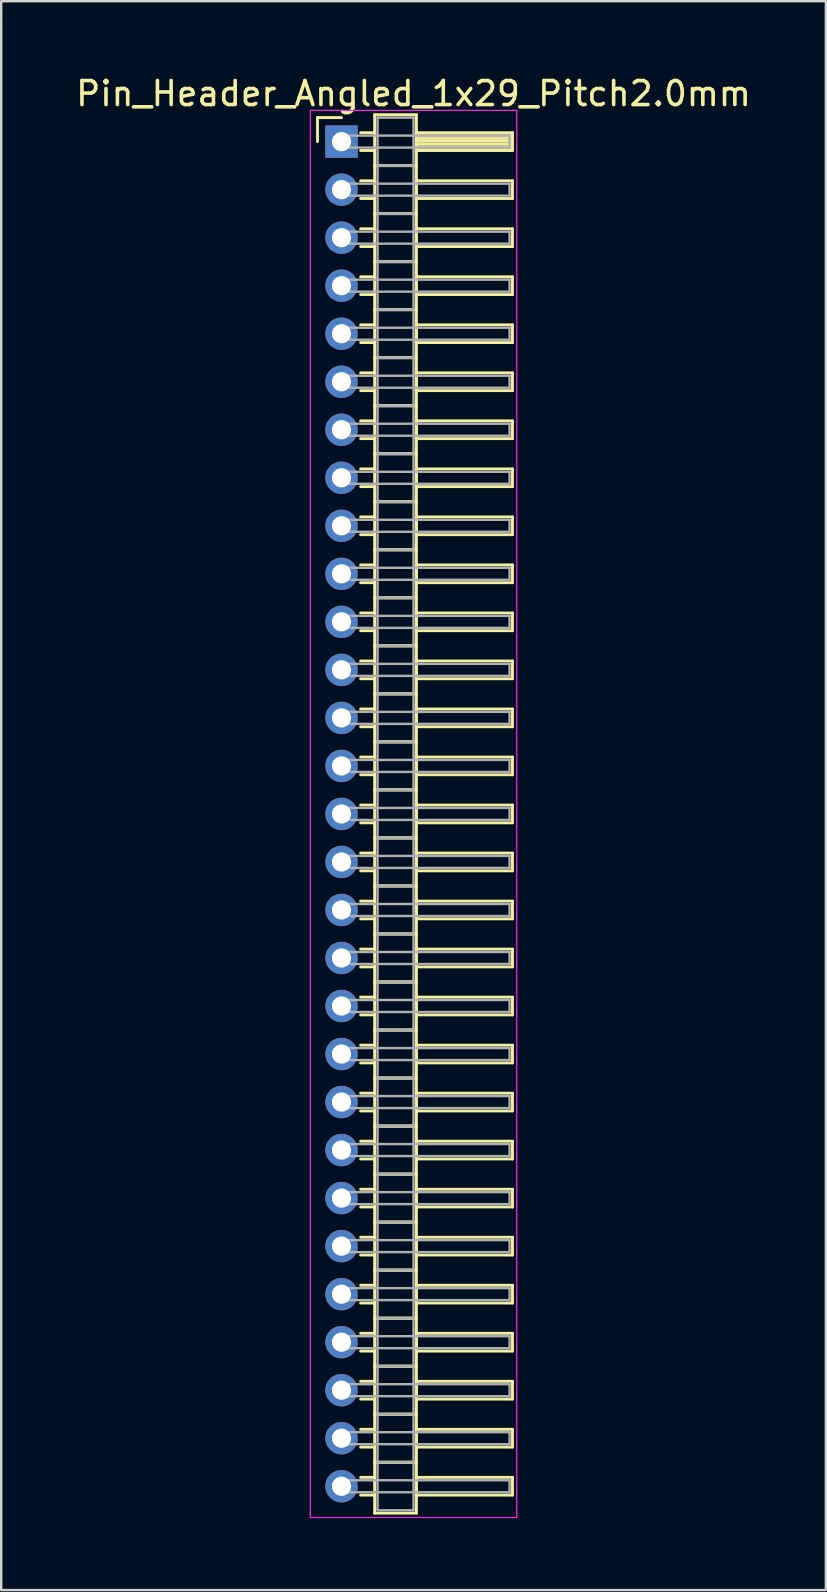
<source format=kicad_pcb>
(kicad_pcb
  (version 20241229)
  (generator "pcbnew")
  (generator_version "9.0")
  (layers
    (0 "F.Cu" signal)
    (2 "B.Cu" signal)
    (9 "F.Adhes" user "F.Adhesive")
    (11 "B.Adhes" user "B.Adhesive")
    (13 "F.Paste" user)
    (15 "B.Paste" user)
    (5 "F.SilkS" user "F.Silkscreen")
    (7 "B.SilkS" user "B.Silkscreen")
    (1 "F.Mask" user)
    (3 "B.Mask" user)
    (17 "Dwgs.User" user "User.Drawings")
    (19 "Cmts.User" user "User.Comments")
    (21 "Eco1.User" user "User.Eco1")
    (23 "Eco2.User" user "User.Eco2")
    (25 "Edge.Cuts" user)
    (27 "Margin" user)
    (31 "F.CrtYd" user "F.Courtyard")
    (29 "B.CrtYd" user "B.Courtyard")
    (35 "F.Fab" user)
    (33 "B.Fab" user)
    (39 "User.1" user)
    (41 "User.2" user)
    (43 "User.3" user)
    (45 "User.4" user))
  (footprint "Pin_Header_Angled_1x29_Pitch2.0mm"
    (layer "F.Cu")
    (at 11.173 2.848)
    (property "Reference" "Pin_Header_Angled_1x29_Pitch2.0mm" (at 3 -2 0) (layer "F.SilkS") (effects (font (size 1 1) (thickness 0.15))))
    (attr through_hole)
    (fp_line (start -1 -1) (end 0 -1) (stroke (width 0.12) (type solid)) (layer "F.SilkS"))
    (fp_line (start -1 0) (end -1 -1) (stroke (width 0.12) (type solid)) (layer "F.SilkS"))
    (fp_line (start 0.795 -0.37) (end 1.38 -0.37) (stroke (width 0.12) (type solid)) (layer "F.SilkS"))
    (fp_line (start 0.795 0.37) (end 1.38 0.37) (stroke (width 0.12) (type solid)) (layer "F.SilkS"))
    (fp_line (start 0.795 1.63) (end 1.38 1.63) (stroke (width 0.12) (type solid)) (layer "F.SilkS"))
    (fp_line (start 0.795 2.37) (end 1.38 2.37) (stroke (width 0.12) (type solid)) (layer "F.SilkS"))
    (fp_line (start 0.795 3.63) (end 1.38 3.63) (stroke (width 0.12) (type solid)) (layer "F.SilkS"))
    (fp_line (start 0.795 4.37) (end 1.38 4.37) (stroke (width 0.12) (type solid)) (layer "F.SilkS"))
    (fp_line (start 0.795 5.63) (end 1.38 5.63) (stroke (width 0.12) (type solid)) (layer "F.SilkS"))
    (fp_line (start 0.795 6.37) (end 1.38 6.37) (stroke (width 0.12) (type solid)) (layer "F.SilkS"))
    (fp_line (start 0.795 7.63) (end 1.38 7.63) (stroke (width 0.12) (type solid)) (layer "F.SilkS"))
    (fp_line (start 0.795 8.37) (end 1.38 8.37) (stroke (width 0.12) (type solid)) (layer "F.SilkS"))
    (fp_line (start 0.795 9.63) (end 1.38 9.63) (stroke (width 0.12) (type solid)) (layer "F.SilkS"))
    (fp_line (start 0.795 10.37) (end 1.38 10.37) (stroke (width 0.12) (type solid)) (layer "F.SilkS"))
    (fp_line (start 0.795 11.63) (end 1.38 11.63) (stroke (width 0.12) (type solid)) (layer "F.SilkS"))
    (fp_line (start 0.795 12.37) (end 1.38 12.37) (stroke (width 0.12) (type solid)) (layer "F.SilkS"))
    (fp_line (start 0.795 13.63) (end 1.38 13.63) (stroke (width 0.12) (type solid)) (layer "F.SilkS"))
    (fp_line (start 0.795 14.37) (end 1.38 14.37) (stroke (width 0.12) (type solid)) (layer "F.SilkS"))
    (fp_line (start 0.795 15.63) (end 1.38 15.63) (stroke (width 0.12) (type solid)) (layer "F.SilkS"))
    (fp_line (start 0.795 16.37) (end 1.38 16.37) (stroke (width 0.12) (type solid)) (layer "F.SilkS"))
    (fp_line (start 0.795 17.63) (end 1.38 17.63) (stroke (width 0.12) (type solid)) (layer "F.SilkS"))
    (fp_line (start 0.795 18.37) (end 1.38 18.37) (stroke (width 0.12) (type solid)) (layer "F.SilkS"))
    (fp_line (start 0.795 19.63) (end 1.38 19.63) (stroke (width 0.12) (type solid)) (layer "F.SilkS"))
    (fp_line (start 0.795 20.37) (end 1.38 20.37) (stroke (width 0.12) (type solid)) (layer "F.SilkS"))
    (fp_line (start 0.795 21.63) (end 1.38 21.63) (stroke (width 0.12) (type solid)) (layer "F.SilkS"))
    (fp_line (start 0.795 22.37) (end 1.38 22.37) (stroke (width 0.12) (type solid)) (layer "F.SilkS"))
    (fp_line (start 0.795 23.63) (end 1.38 23.63) (stroke (width 0.12) (type solid)) (layer "F.SilkS"))
    (fp_line (start 0.795 24.37) (end 1.38 24.37) (stroke (width 0.12) (type solid)) (layer "F.SilkS"))
    (fp_line (start 0.795 25.63) (end 1.38 25.63) (stroke (width 0.12) (type solid)) (layer "F.SilkS"))
    (fp_line (start 0.795 26.37) (end 1.38 26.37) (stroke (width 0.12) (type solid)) (layer "F.SilkS"))
    (fp_line (start 0.795 27.63) (end 1.38 27.63) (stroke (width 0.12) (type solid)) (layer "F.SilkS"))
    (fp_line (start 0.795 28.37) (end 1.38 28.37) (stroke (width 0.12) (type solid)) (layer "F.SilkS"))
    (fp_line (start 0.795 29.63) (end 1.38 29.63) (stroke (width 0.12) (type solid)) (layer "F.SilkS"))
    (fp_line (start 0.795 30.37) (end 1.38 30.37) (stroke (width 0.12) (type solid)) (layer "F.SilkS"))
    (fp_line (start 0.795 31.63) (end 1.38 31.63) (stroke (width 0.12) (type solid)) (layer "F.SilkS"))
    (fp_line (start 0.795 32.37) (end 1.38 32.37) (stroke (width 0.12) (type solid)) (layer "F.SilkS"))
    (fp_line (start 0.795 33.63) (end 1.38 33.63) (stroke (width 0.12) (type solid)) (layer "F.SilkS"))
    (fp_line (start 0.795 34.37) (end 1.38 34.37) (stroke (width 0.12) (type solid)) (layer "F.SilkS"))
    (fp_line (start 0.795 35.63) (end 1.38 35.63) (stroke (width 0.12) (type solid)) (layer "F.SilkS"))
    (fp_line (start 0.795 36.37) (end 1.38 36.37) (stroke (width 0.12) (type solid)) (layer "F.SilkS"))
    (fp_line (start 0.795 37.63) (end 1.38 37.63) (stroke (width 0.12) (type solid)) (layer "F.SilkS"))
    (fp_line (start 0.795 38.37) (end 1.38 38.37) (stroke (width 0.12) (type solid)) (layer "F.SilkS"))
    (fp_line (start 0.795 39.63) (end 1.38 39.63) (stroke (width 0.12) (type solid)) (layer "F.SilkS"))
    (fp_line (start 0.795 40.37) (end 1.38 40.37) (stroke (width 0.12) (type solid)) (layer "F.SilkS"))
    (fp_line (start 0.795 41.63) (end 1.38 41.63) (stroke (width 0.12) (type solid)) (layer "F.SilkS"))
    (fp_line (start 0.795 42.37) (end 1.38 42.37) (stroke (width 0.12) (type solid)) (layer "F.SilkS"))
    (fp_line (start 0.795 43.63) (end 1.38 43.63) (stroke (width 0.12) (type solid)) (layer "F.SilkS"))
    (fp_line (start 0.795 44.37) (end 1.38 44.37) (stroke (width 0.12) (type solid)) (layer "F.SilkS"))
    (fp_line (start 0.795 45.63) (end 1.38 45.63) (stroke (width 0.12) (type solid)) (layer "F.SilkS"))
    (fp_line (start 0.795 46.37) (end 1.38 46.37) (stroke (width 0.12) (type solid)) (layer "F.SilkS"))
    (fp_line (start 0.795 47.63) (end 1.38 47.63) (stroke (width 0.12) (type solid)) (layer "F.SilkS"))
    (fp_line (start 0.795 48.37) (end 1.38 48.37) (stroke (width 0.12) (type solid)) (layer "F.SilkS"))
    (fp_line (start 0.795 49.63) (end 1.38 49.63) (stroke (width 0.12) (type solid)) (layer "F.SilkS"))
    (fp_line (start 0.795 50.37) (end 1.38 50.37) (stroke (width 0.12) (type solid)) (layer "F.SilkS"))
    (fp_line (start 0.795 51.63) (end 1.38 51.63) (stroke (width 0.12) (type solid)) (layer "F.SilkS"))
    (fp_line (start 0.795 52.37) (end 1.38 52.37) (stroke (width 0.12) (type solid)) (layer "F.SilkS"))
    (fp_line (start 0.795 53.63) (end 1.38 53.63) (stroke (width 0.12) (type solid)) (layer "F.SilkS"))
    (fp_line (start 0.795 54.37) (end 1.38 54.37) (stroke (width 0.12) (type solid)) (layer "F.SilkS"))
    (fp_line (start 0.795 55.63) (end 1.38 55.63) (stroke (width 0.12) (type solid)) (layer "F.SilkS"))
    (fp_line (start 0.795 56.37) (end 1.38 56.37) (stroke (width 0.12) (type solid)) (layer "F.SilkS"))
    (fp_line (start 1.38 -1.12) (end 1.38 1) (stroke (width 0.12) (type solid)) (layer "F.SilkS"))
    (fp_line (start 1.38 1) (end 1.38 3) (stroke (width 0.12) (type solid)) (layer "F.SilkS"))
    (fp_line (start 1.38 1) (end 3.12 1) (stroke (width 0.12) (type solid)) (layer "F.SilkS"))
    (fp_line (start 1.38 3) (end 1.38 5) (stroke (width 0.12) (type solid)) (layer "F.SilkS"))
    (fp_line (start 1.38 3) (end 3.12 3) (stroke (width 0.12) (type solid)) (layer "F.SilkS"))
    (fp_line (start 1.38 5) (end 1.38 7) (stroke (width 0.12) (type solid)) (layer "F.SilkS"))
    (fp_line (start 1.38 5) (end 3.12 5) (stroke (width 0.12) (type solid)) (layer "F.SilkS"))
    (fp_line (start 1.38 7) (end 1.38 9) (stroke (width 0.12) (type solid)) (layer "F.SilkS"))
    (fp_line (start 1.38 7) (end 3.12 7) (stroke (width 0.12) (type solid)) (layer "F.SilkS"))
    (fp_line (start 1.38 9) (end 1.38 11) (stroke (width 0.12) (type solid)) (layer "F.SilkS"))
    (fp_line (start 1.38 9) (end 3.12 9) (stroke (width 0.12) (type solid)) (layer "F.SilkS"))
    (fp_line (start 1.38 11) (end 1.38 13) (stroke (width 0.12) (type solid)) (layer "F.SilkS"))
    (fp_line (start 1.38 11) (end 3.12 11) (stroke (width 0.12) (type solid)) (layer "F.SilkS"))
    (fp_line (start 1.38 13) (end 1.38 15) (stroke (width 0.12) (type solid)) (layer "F.SilkS"))
    (fp_line (start 1.38 13) (end 3.12 13) (stroke (width 0.12) (type solid)) (layer "F.SilkS"))
    (fp_line (start 1.38 15) (end 1.38 17) (stroke (width 0.12) (type solid)) (layer "F.SilkS"))
    (fp_line (start 1.38 15) (end 3.12 15) (stroke (width 0.12) (type solid)) (layer "F.SilkS"))
    (fp_line (start 1.38 17) (end 1.38 19) (stroke (width 0.12) (type solid)) (layer "F.SilkS"))
    (fp_line (start 1.38 17) (end 3.12 17) (stroke (width 0.12) (type solid)) (layer "F.SilkS"))
    (fp_line (start 1.38 19) (end 1.38 21) (stroke (width 0.12) (type solid)) (layer "F.SilkS"))
    (fp_line (start 1.38 19) (end 3.12 19) (stroke (width 0.12) (type solid)) (layer "F.SilkS"))
    (fp_line (start 1.38 21) (end 1.38 23) (stroke (width 0.12) (type solid)) (layer "F.SilkS"))
    (fp_line (start 1.38 21) (end 3.12 21) (stroke (width 0.12) (type solid)) (layer "F.SilkS"))
    (fp_line (start 1.38 23) (end 1.38 25) (stroke (width 0.12) (type solid)) (layer "F.SilkS"))
    (fp_line (start 1.38 23) (end 3.12 23) (stroke (width 0.12) (type solid)) (layer "F.SilkS"))
    (fp_line (start 1.38 25) (end 1.38 27) (stroke (width 0.12) (type solid)) (layer "F.SilkS"))
    (fp_line (start 1.38 25) (end 3.12 25) (stroke (width 0.12) (type solid)) (layer "F.SilkS"))
    (fp_line (start 1.38 27) (end 1.38 29) (stroke (width 0.12) (type solid)) (layer "F.SilkS"))
    (fp_line (start 1.38 27) (end 3.12 27) (stroke (width 0.12) (type solid)) (layer "F.SilkS"))
    (fp_line (start 1.38 29) (end 1.38 31) (stroke (width 0.12) (type solid)) (layer "F.SilkS"))
    (fp_line (start 1.38 29) (end 3.12 29) (stroke (width 0.12) (type solid)) (layer "F.SilkS"))
    (fp_line (start 1.38 31) (end 1.38 33) (stroke (width 0.12) (type solid)) (layer "F.SilkS"))
    (fp_line (start 1.38 31) (end 3.12 31) (stroke (width 0.12) (type solid)) (layer "F.SilkS"))
    (fp_line (start 1.38 33) (end 1.38 35) (stroke (width 0.12) (type solid)) (layer "F.SilkS"))
    (fp_line (start 1.38 33) (end 3.12 33) (stroke (width 0.12) (type solid)) (layer "F.SilkS"))
    (fp_line (start 1.38 35) (end 1.38 37) (stroke (width 0.12) (type solid)) (layer "F.SilkS"))
    (fp_line (start 1.38 35) (end 3.12 35) (stroke (width 0.12) (type solid)) (layer "F.SilkS"))
    (fp_line (start 1.38 37) (end 1.38 39) (stroke (width 0.12) (type solid)) (layer "F.SilkS"))
    (fp_line (start 1.38 37) (end 3.12 37) (stroke (width 0.12) (type solid)) (layer "F.SilkS"))
    (fp_line (start 1.38 39) (end 1.38 41) (stroke (width 0.12) (type solid)) (layer "F.SilkS"))
    (fp_line (start 1.38 39) (end 3.12 39) (stroke (width 0.12) (type solid)) (layer "F.SilkS"))
    (fp_line (start 1.38 41) (end 1.38 43) (stroke (width 0.12) (type solid)) (layer "F.SilkS"))
    (fp_line (start 1.38 41) (end 3.12 41) (stroke (width 0.12) (type solid)) (layer "F.SilkS"))
    (fp_line (start 1.38 43) (end 1.38 45) (stroke (width 0.12) (type solid)) (layer "F.SilkS"))
    (fp_line (start 1.38 43) (end 3.12 43) (stroke (width 0.12) (type solid)) (layer "F.SilkS"))
    (fp_line (start 1.38 45) (end 1.38 47) (stroke (width 0.12) (type solid)) (layer "F.SilkS"))
    (fp_line (start 1.38 45) (end 3.12 45) (stroke (width 0.12) (type solid)) (layer "F.SilkS"))
    (fp_line (start 1.38 47) (end 1.38 49) (stroke (width 0.12) (type solid)) (layer "F.SilkS"))
    (fp_line (start 1.38 47) (end 3.12 47) (stroke (width 0.12) (type solid)) (layer "F.SilkS"))
    (fp_line (start 1.38 49) (end 1.38 51) (stroke (width 0.12) (type solid)) (layer "F.SilkS"))
    (fp_line (start 1.38 49) (end 3.12 49) (stroke (width 0.12) (type solid)) (layer "F.SilkS"))
    (fp_line (start 1.38 51) (end 1.38 53) (stroke (width 0.12) (type solid)) (layer "F.SilkS"))
    (fp_line (start 1.38 51) (end 3.12 51) (stroke (width 0.12) (type solid)) (layer "F.SilkS"))
    (fp_line (start 1.38 53) (end 1.38 55) (stroke (width 0.12) (type solid)) (layer "F.SilkS"))
    (fp_line (start 1.38 53) (end 3.12 53) (stroke (width 0.12) (type solid)) (layer "F.SilkS"))
    (fp_line (start 1.38 55) (end 1.38 57.12) (stroke (width 0.12) (type solid)) (layer "F.SilkS"))
    (fp_line (start 1.38 55) (end 3.12 55) (stroke (width 0.12) (type solid)) (layer "F.SilkS"))
    (fp_line (start 1.38 57.12) (end 3.12 57.12) (stroke (width 0.12) (type solid)) (layer "F.SilkS"))
    (fp_line (start 3.12 -1.12) (end 1.38 -1.12) (stroke (width 0.12) (type solid)) (layer "F.SilkS"))
    (fp_line (start 3.12 -0.37) (end 3.12 0.37) (stroke (width 0.12) (type solid)) (layer "F.SilkS"))
    (fp_line (start 3.12 -0.25) (end 7.12 -0.25) (stroke (width 0.12) (type solid)) (layer "F.SilkS"))
    (fp_line (start 3.12 -0.13) (end 7.12 -0.13) (stroke (width 0.12) (type solid)) (layer "F.SilkS"))
    (fp_line (start 3.12 -0.01) (end 7.12 -0.01) (stroke (width 0.12) (type solid)) (layer "F.SilkS"))
    (fp_line (start 3.12 0.11) (end 7.12 0.11) (stroke (width 0.12) (type solid)) (layer "F.SilkS"))
    (fp_line (start 3.12 0.23) (end 7.12 0.23) (stroke (width 0.12) (type solid)) (layer "F.SilkS"))
    (fp_line (start 3.12 0.35) (end 7.12 0.35) (stroke (width 0.12) (type solid)) (layer "F.SilkS"))
    (fp_line (start 3.12 0.37) (end 7.12 0.37) (stroke (width 0.12) (type solid)) (layer "F.SilkS"))
    (fp_line (start 3.12 1) (end 1.38 1) (stroke (width 0.12) (type solid)) (layer "F.SilkS"))
    (fp_line (start 3.12 1) (end 3.12 -1.12) (stroke (width 0.12) (type solid)) (layer "F.SilkS"))
    (fp_line (start 3.12 1.63) (end 3.12 2.37) (stroke (width 0.12) (type solid)) (layer "F.SilkS"))
    (fp_line (start 3.12 2.37) (end 7.12 2.37) (stroke (width 0.12) (type solid)) (layer "F.SilkS"))
    (fp_line (start 3.12 3) (end 1.38 3) (stroke (width 0.12) (type solid)) (layer "F.SilkS"))
    (fp_line (start 3.12 3) (end 3.12 1) (stroke (width 0.12) (type solid)) (layer "F.SilkS"))
    (fp_line (start 3.12 3.63) (end 3.12 4.37) (stroke (width 0.12) (type solid)) (layer "F.SilkS"))
    (fp_line (start 3.12 4.37) (end 7.12 4.37) (stroke (width 0.12) (type solid)) (layer "F.SilkS"))
    (fp_line (start 3.12 5) (end 1.38 5) (stroke (width 0.12) (type solid)) (layer "F.SilkS"))
    (fp_line (start 3.12 5) (end 3.12 3) (stroke (width 0.12) (type solid)) (layer "F.SilkS"))
    (fp_line (start 3.12 5.63) (end 3.12 6.37) (stroke (width 0.12) (type solid)) (layer "F.SilkS"))
    (fp_line (start 3.12 6.37) (end 7.12 6.37) (stroke (width 0.12) (type solid)) (layer "F.SilkS"))
    (fp_line (start 3.12 7) (end 1.38 7) (stroke (width 0.12) (type solid)) (layer "F.SilkS"))
    (fp_line (start 3.12 7) (end 3.12 5) (stroke (width 0.12) (type solid)) (layer "F.SilkS"))
    (fp_line (start 3.12 7.63) (end 3.12 8.37) (stroke (width 0.12) (type solid)) (layer "F.SilkS"))
    (fp_line (start 3.12 8.37) (end 7.12 8.37) (stroke (width 0.12) (type solid)) (layer "F.SilkS"))
    (fp_line (start 3.12 9) (end 1.38 9) (stroke (width 0.12) (type solid)) (layer "F.SilkS"))
    (fp_line (start 3.12 9) (end 3.12 7) (stroke (width 0.12) (type solid)) (layer "F.SilkS"))
    (fp_line (start 3.12 9.63) (end 3.12 10.37) (stroke (width 0.12) (type solid)) (layer "F.SilkS"))
    (fp_line (start 3.12 10.37) (end 7.12 10.37) (stroke (width 0.12) (type solid)) (layer "F.SilkS"))
    (fp_line (start 3.12 11) (end 1.38 11) (stroke (width 0.12) (type solid)) (layer "F.SilkS"))
    (fp_line (start 3.12 11) (end 3.12 9) (stroke (width 0.12) (type solid)) (layer "F.SilkS"))
    (fp_line (start 3.12 11.63) (end 3.12 12.37) (stroke (width 0.12) (type solid)) (layer "F.SilkS"))
    (fp_line (start 3.12 12.37) (end 7.12 12.37) (stroke (width 0.12) (type solid)) (layer "F.SilkS"))
    (fp_line (start 3.12 13) (end 1.38 13) (stroke (width 0.12) (type solid)) (layer "F.SilkS"))
    (fp_line (start 3.12 13) (end 3.12 11) (stroke (width 0.12) (type solid)) (layer "F.SilkS"))
    (fp_line (start 3.12 13.63) (end 3.12 14.37) (stroke (width 0.12) (type solid)) (layer "F.SilkS"))
    (fp_line (start 3.12 14.37) (end 7.12 14.37) (stroke (width 0.12) (type solid)) (layer "F.SilkS"))
    (fp_line (start 3.12 15) (end 1.38 15) (stroke (width 0.12) (type solid)) (layer "F.SilkS"))
    (fp_line (start 3.12 15) (end 3.12 13) (stroke (width 0.12) (type solid)) (layer "F.SilkS"))
    (fp_line (start 3.12 15.63) (end 3.12 16.37) (stroke (width 0.12) (type solid)) (layer "F.SilkS"))
    (fp_line (start 3.12 16.37) (end 7.12 16.37) (stroke (width 0.12) (type solid)) (layer "F.SilkS"))
    (fp_line (start 3.12 17) (end 1.38 17) (stroke (width 0.12) (type solid)) (layer "F.SilkS"))
    (fp_line (start 3.12 17) (end 3.12 15) (stroke (width 0.12) (type solid)) (layer "F.SilkS"))
    (fp_line (start 3.12 17.63) (end 3.12 18.37) (stroke (width 0.12) (type solid)) (layer "F.SilkS"))
    (fp_line (start 3.12 18.37) (end 7.12 18.37) (stroke (width 0.12) (type solid)) (layer "F.SilkS"))
    (fp_line (start 3.12 19) (end 1.38 19) (stroke (width 0.12) (type solid)) (layer "F.SilkS"))
    (fp_line (start 3.12 19) (end 3.12 17) (stroke (width 0.12) (type solid)) (layer "F.SilkS"))
    (fp_line (start 3.12 19.63) (end 3.12 20.37) (stroke (width 0.12) (type solid)) (layer "F.SilkS"))
    (fp_line (start 3.12 20.37) (end 7.12 20.37) (stroke (width 0.12) (type solid)) (layer "F.SilkS"))
    (fp_line (start 3.12 21) (end 1.38 21) (stroke (width 0.12) (type solid)) (layer "F.SilkS"))
    (fp_line (start 3.12 21) (end 3.12 19) (stroke (width 0.12) (type solid)) (layer "F.SilkS"))
    (fp_line (start 3.12 21.63) (end 3.12 22.37) (stroke (width 0.12) (type solid)) (layer "F.SilkS"))
    (fp_line (start 3.12 22.37) (end 7.12 22.37) (stroke (width 0.12) (type solid)) (layer "F.SilkS"))
    (fp_line (start 3.12 23) (end 1.38 23) (stroke (width 0.12) (type solid)) (layer "F.SilkS"))
    (fp_line (start 3.12 23) (end 3.12 21) (stroke (width 0.12) (type solid)) (layer "F.SilkS"))
    (fp_line (start 3.12 23.63) (end 3.12 24.37) (stroke (width 0.12) (type solid)) (layer "F.SilkS"))
    (fp_line (start 3.12 24.37) (end 7.12 24.37) (stroke (width 0.12) (type solid)) (layer "F.SilkS"))
    (fp_line (start 3.12 25) (end 1.38 25) (stroke (width 0.12) (type solid)) (layer "F.SilkS"))
    (fp_line (start 3.12 25) (end 3.12 23) (stroke (width 0.12) (type solid)) (layer "F.SilkS"))
    (fp_line (start 3.12 25.63) (end 3.12 26.37) (stroke (width 0.12) (type solid)) (layer "F.SilkS"))
    (fp_line (start 3.12 26.37) (end 7.12 26.37) (stroke (width 0.12) (type solid)) (layer "F.SilkS"))
    (fp_line (start 3.12 27) (end 1.38 27) (stroke (width 0.12) (type solid)) (layer "F.SilkS"))
    (fp_line (start 3.12 27) (end 3.12 25) (stroke (width 0.12) (type solid)) (layer "F.SilkS"))
    (fp_line (start 3.12 27.63) (end 3.12 28.37) (stroke (width 0.12) (type solid)) (layer "F.SilkS"))
    (fp_line (start 3.12 28.37) (end 7.12 28.37) (stroke (width 0.12) (type solid)) (layer "F.SilkS"))
    (fp_line (start 3.12 29) (end 1.38 29) (stroke (width 0.12) (type solid)) (layer "F.SilkS"))
    (fp_line (start 3.12 29) (end 3.12 27) (stroke (width 0.12) (type solid)) (layer "F.SilkS"))
    (fp_line (start 3.12 29.63) (end 3.12 30.37) (stroke (width 0.12) (type solid)) (layer "F.SilkS"))
    (fp_line (start 3.12 30.37) (end 7.12 30.37) (stroke (width 0.12) (type solid)) (layer "F.SilkS"))
    (fp_line (start 3.12 31) (end 1.38 31) (stroke (width 0.12) (type solid)) (layer "F.SilkS"))
    (fp_line (start 3.12 31) (end 3.12 29) (stroke (width 0.12) (type solid)) (layer "F.SilkS"))
    (fp_line (start 3.12 31.63) (end 3.12 32.37) (stroke (width 0.12) (type solid)) (layer "F.SilkS"))
    (fp_line (start 3.12 32.37) (end 7.12 32.37) (stroke (width 0.12) (type solid)) (layer "F.SilkS"))
    (fp_line (start 3.12 33) (end 1.38 33) (stroke (width 0.12) (type solid)) (layer "F.SilkS"))
    (fp_line (start 3.12 33) (end 3.12 31) (stroke (width 0.12) (type solid)) (layer "F.SilkS"))
    (fp_line (start 3.12 33.63) (end 3.12 34.37) (stroke (width 0.12) (type solid)) (layer "F.SilkS"))
    (fp_line (start 3.12 34.37) (end 7.12 34.37) (stroke (width 0.12) (type solid)) (layer "F.SilkS"))
    (fp_line (start 3.12 35) (end 1.38 35) (stroke (width 0.12) (type solid)) (layer "F.SilkS"))
    (fp_line (start 3.12 35) (end 3.12 33) (stroke (width 0.12) (type solid)) (layer "F.SilkS"))
    (fp_line (start 3.12 35.63) (end 3.12 36.37) (stroke (width 0.12) (type solid)) (layer "F.SilkS"))
    (fp_line (start 3.12 36.37) (end 7.12 36.37) (stroke (width 0.12) (type solid)) (layer "F.SilkS"))
    (fp_line (start 3.12 37) (end 1.38 37) (stroke (width 0.12) (type solid)) (layer "F.SilkS"))
    (fp_line (start 3.12 37) (end 3.12 35) (stroke (width 0.12) (type solid)) (layer "F.SilkS"))
    (fp_line (start 3.12 37.63) (end 3.12 38.37) (stroke (width 0.12) (type solid)) (layer "F.SilkS"))
    (fp_line (start 3.12 38.37) (end 7.12 38.37) (stroke (width 0.12) (type solid)) (layer "F.SilkS"))
    (fp_line (start 3.12 39) (end 1.38 39) (stroke (width 0.12) (type solid)) (layer "F.SilkS"))
    (fp_line (start 3.12 39) (end 3.12 37) (stroke (width 0.12) (type solid)) (layer "F.SilkS"))
    (fp_line (start 3.12 39.63) (end 3.12 40.37) (stroke (width 0.12) (type solid)) (layer "F.SilkS"))
    (fp_line (start 3.12 40.37) (end 7.12 40.37) (stroke (width 0.12) (type solid)) (layer "F.SilkS"))
    (fp_line (start 3.12 41) (end 1.38 41) (stroke (width 0.12) (type solid)) (layer "F.SilkS"))
    (fp_line (start 3.12 41) (end 3.12 39) (stroke (width 0.12) (type solid)) (layer "F.SilkS"))
    (fp_line (start 3.12 41.63) (end 3.12 42.37) (stroke (width 0.12) (type solid)) (layer "F.SilkS"))
    (fp_line (start 3.12 42.37) (end 7.12 42.37) (stroke (width 0.12) (type solid)) (layer "F.SilkS"))
    (fp_line (start 3.12 43) (end 1.38 43) (stroke (width 0.12) (type solid)) (layer "F.SilkS"))
    (fp_line (start 3.12 43) (end 3.12 41) (stroke (width 0.12) (type solid)) (layer "F.SilkS"))
    (fp_line (start 3.12 43.63) (end 3.12 44.37) (stroke (width 0.12) (type solid)) (layer "F.SilkS"))
    (fp_line (start 3.12 44.37) (end 7.12 44.37) (stroke (width 0.12) (type solid)) (layer "F.SilkS"))
    (fp_line (start 3.12 45) (end 1.38 45) (stroke (width 0.12) (type solid)) (layer "F.SilkS"))
    (fp_line (start 3.12 45) (end 3.12 43) (stroke (width 0.12) (type solid)) (layer "F.SilkS"))
    (fp_line (start 3.12 45.63) (end 3.12 46.37) (stroke (width 0.12) (type solid)) (layer "F.SilkS"))
    (fp_line (start 3.12 46.37) (end 7.12 46.37) (stroke (width 0.12) (type solid)) (layer "F.SilkS"))
    (fp_line (start 3.12 47) (end 1.38 47) (stroke (width 0.12) (type solid)) (layer "F.SilkS"))
    (fp_line (start 3.12 47) (end 3.12 45) (stroke (width 0.12) (type solid)) (layer "F.SilkS"))
    (fp_line (start 3.12 47.63) (end 3.12 48.37) (stroke (width 0.12) (type solid)) (layer "F.SilkS"))
    (fp_line (start 3.12 48.37) (end 7.12 48.37) (stroke (width 0.12) (type solid)) (layer "F.SilkS"))
    (fp_line (start 3.12 49) (end 1.38 49) (stroke (width 0.12) (type solid)) (layer "F.SilkS"))
    (fp_line (start 3.12 49) (end 3.12 47) (stroke (width 0.12) (type solid)) (layer "F.SilkS"))
    (fp_line (start 3.12 49.63) (end 3.12 50.37) (stroke (width 0.12) (type solid)) (layer "F.SilkS"))
    (fp_line (start 3.12 50.37) (end 7.12 50.37) (stroke (width 0.12) (type solid)) (layer "F.SilkS"))
    (fp_line (start 3.12 51) (end 1.38 51) (stroke (width 0.12) (type solid)) (layer "F.SilkS"))
    (fp_line (start 3.12 51) (end 3.12 49) (stroke (width 0.12) (type solid)) (layer "F.SilkS"))
    (fp_line (start 3.12 51.63) (end 3.12 52.37) (stroke (width 0.12) (type solid)) (layer "F.SilkS"))
    (fp_line (start 3.12 52.37) (end 7.12 52.37) (stroke (width 0.12) (type solid)) (layer "F.SilkS"))
    (fp_line (start 3.12 53) (end 1.38 53) (stroke (width 0.12) (type solid)) (layer "F.SilkS"))
    (fp_line (start 3.12 53) (end 3.12 51) (stroke (width 0.12) (type solid)) (layer "F.SilkS"))
    (fp_line (start 3.12 53.63) (end 3.12 54.37) (stroke (width 0.12) (type solid)) (layer "F.SilkS"))
    (fp_line (start 3.12 54.37) (end 7.12 54.37) (stroke (width 0.12) (type solid)) (layer "F.SilkS"))
    (fp_line (start 3.12 55) (end 1.38 55) (stroke (width 0.12) (type solid)) (layer "F.SilkS"))
    (fp_line (start 3.12 55) (end 3.12 53) (stroke (width 0.12) (type solid)) (layer "F.SilkS"))
    (fp_line (start 3.12 55.63) (end 3.12 56.37) (stroke (width 0.12) (type solid)) (layer "F.SilkS"))
    (fp_line (start 3.12 56.37) (end 7.12 56.37) (stroke (width 0.12) (type solid)) (layer "F.SilkS"))
    (fp_line (start 3.12 57.12) (end 3.12 55) (stroke (width 0.12) (type solid)) (layer "F.SilkS"))
    (fp_line (start 7.12 -0.37) (end 3.12 -0.37) (stroke (width 0.12) (type solid)) (layer "F.SilkS"))
    (fp_line (start 7.12 0.37) (end 7.12 -0.37) (stroke (width 0.12) (type solid)) (layer "F.SilkS"))
    (fp_line (start 7.12 1.63) (end 3.12 1.63) (stroke (width 0.12) (type solid)) (layer "F.SilkS"))
    (fp_line (start 7.12 2.37) (end 7.12 1.63) (stroke (width 0.12) (type solid)) (layer "F.SilkS"))
    (fp_line (start 7.12 3.63) (end 3.12 3.63) (stroke (width 0.12) (type solid)) (layer "F.SilkS"))
    (fp_line (start 7.12 4.37) (end 7.12 3.63) (stroke (width 0.12) (type solid)) (layer "F.SilkS"))
    (fp_line (start 7.12 5.63) (end 3.12 5.63) (stroke (width 0.12) (type solid)) (layer "F.SilkS"))
    (fp_line (start 7.12 6.37) (end 7.12 5.63) (stroke (width 0.12) (type solid)) (layer "F.SilkS"))
    (fp_line (start 7.12 7.63) (end 3.12 7.63) (stroke (width 0.12) (type solid)) (layer "F.SilkS"))
    (fp_line (start 7.12 8.37) (end 7.12 7.63) (stroke (width 0.12) (type solid)) (layer "F.SilkS"))
    (fp_line (start 7.12 9.63) (end 3.12 9.63) (stroke (width 0.12) (type solid)) (layer "F.SilkS"))
    (fp_line (start 7.12 10.37) (end 7.12 9.63) (stroke (width 0.12) (type solid)) (layer "F.SilkS"))
    (fp_line (start 7.12 11.63) (end 3.12 11.63) (stroke (width 0.12) (type solid)) (layer "F.SilkS"))
    (fp_line (start 7.12 12.37) (end 7.12 11.63) (stroke (width 0.12) (type solid)) (layer "F.SilkS"))
    (fp_line (start 7.12 13.63) (end 3.12 13.63) (stroke (width 0.12) (type solid)) (layer "F.SilkS"))
    (fp_line (start 7.12 14.37) (end 7.12 13.63) (stroke (width 0.12) (type solid)) (layer "F.SilkS"))
    (fp_line (start 7.12 15.63) (end 3.12 15.63) (stroke (width 0.12) (type solid)) (layer "F.SilkS"))
    (fp_line (start 7.12 16.37) (end 7.12 15.63) (stroke (width 0.12) (type solid)) (layer "F.SilkS"))
    (fp_line (start 7.12 17.63) (end 3.12 17.63) (stroke (width 0.12) (type solid)) (layer "F.SilkS"))
    (fp_line (start 7.12 18.37) (end 7.12 17.63) (stroke (width 0.12) (type solid)) (layer "F.SilkS"))
    (fp_line (start 7.12 19.63) (end 3.12 19.63) (stroke (width 0.12) (type solid)) (layer "F.SilkS"))
    (fp_line (start 7.12 20.37) (end 7.12 19.63) (stroke (width 0.12) (type solid)) (layer "F.SilkS"))
    (fp_line (start 7.12 21.63) (end 3.12 21.63) (stroke (width 0.12) (type solid)) (layer "F.SilkS"))
    (fp_line (start 7.12 22.37) (end 7.12 21.63) (stroke (width 0.12) (type solid)) (layer "F.SilkS"))
    (fp_line (start 7.12 23.63) (end 3.12 23.63) (stroke (width 0.12) (type solid)) (layer "F.SilkS"))
    (fp_line (start 7.12 24.37) (end 7.12 23.63) (stroke (width 0.12) (type solid)) (layer "F.SilkS"))
    (fp_line (start 7.12 25.63) (end 3.12 25.63) (stroke (width 0.12) (type solid)) (layer "F.SilkS"))
    (fp_line (start 7.12 26.37) (end 7.12 25.63) (stroke (width 0.12) (type solid)) (layer "F.SilkS"))
    (fp_line (start 7.12 27.63) (end 3.12 27.63) (stroke (width 0.12) (type solid)) (layer "F.SilkS"))
    (fp_line (start 7.12 28.37) (end 7.12 27.63) (stroke (width 0.12) (type solid)) (layer "F.SilkS"))
    (fp_line (start 7.12 29.63) (end 3.12 29.63) (stroke (width 0.12) (type solid)) (layer "F.SilkS"))
    (fp_line (start 7.12 30.37) (end 7.12 29.63) (stroke (width 0.12) (type solid)) (layer "F.SilkS"))
    (fp_line (start 7.12 31.63) (end 3.12 31.63) (stroke (width 0.12) (type solid)) (layer "F.SilkS"))
    (fp_line (start 7.12 32.37) (end 7.12 31.63) (stroke (width 0.12) (type solid)) (layer "F.SilkS"))
    (fp_line (start 7.12 33.63) (end 3.12 33.63) (stroke (width 0.12) (type solid)) (layer "F.SilkS"))
    (fp_line (start 7.12 34.37) (end 7.12 33.63) (stroke (width 0.12) (type solid)) (layer "F.SilkS"))
    (fp_line (start 7.12 35.63) (end 3.12 35.63) (stroke (width 0.12) (type solid)) (layer "F.SilkS"))
    (fp_line (start 7.12 36.37) (end 7.12 35.63) (stroke (width 0.12) (type solid)) (layer "F.SilkS"))
    (fp_line (start 7.12 37.63) (end 3.12 37.63) (stroke (width 0.12) (type solid)) (layer "F.SilkS"))
    (fp_line (start 7.12 38.37) (end 7.12 37.63) (stroke (width 0.12) (type solid)) (layer "F.SilkS"))
    (fp_line (start 7.12 39.63) (end 3.12 39.63) (stroke (width 0.12) (type solid)) (layer "F.SilkS"))
    (fp_line (start 7.12 40.37) (end 7.12 39.63) (stroke (width 0.12) (type solid)) (layer "F.SilkS"))
    (fp_line (start 7.12 41.63) (end 3.12 41.63) (stroke (width 0.12) (type solid)) (layer "F.SilkS"))
    (fp_line (start 7.12 42.37) (end 7.12 41.63) (stroke (width 0.12) (type solid)) (layer "F.SilkS"))
    (fp_line (start 7.12 43.63) (end 3.12 43.63) (stroke (width 0.12) (type solid)) (layer "F.SilkS"))
    (fp_line (start 7.12 44.37) (end 7.12 43.63) (stroke (width 0.12) (type solid)) (layer "F.SilkS"))
    (fp_line (start 7.12 45.63) (end 3.12 45.63) (stroke (width 0.12) (type solid)) (layer "F.SilkS"))
    (fp_line (start 7.12 46.37) (end 7.12 45.63) (stroke (width 0.12) (type solid)) (layer "F.SilkS"))
    (fp_line (start 7.12 47.63) (end 3.12 47.63) (stroke (width 0.12) (type solid)) (layer "F.SilkS"))
    (fp_line (start 7.12 48.37) (end 7.12 47.63) (stroke (width 0.12) (type solid)) (layer "F.SilkS"))
    (fp_line (start 7.12 49.63) (end 3.12 49.63) (stroke (width 0.12) (type solid)) (layer "F.SilkS"))
    (fp_line (start 7.12 50.37) (end 7.12 49.63) (stroke (width 0.12) (type solid)) (layer "F.SilkS"))
    (fp_line (start 7.12 51.63) (end 3.12 51.63) (stroke (width 0.12) (type solid)) (layer "F.SilkS"))
    (fp_line (start 7.12 52.37) (end 7.12 51.63) (stroke (width 0.12) (type solid)) (layer "F.SilkS"))
    (fp_line (start 7.12 53.63) (end 3.12 53.63) (stroke (width 0.12) (type solid)) (layer "F.SilkS"))
    (fp_line (start 7.12 54.37) (end 7.12 53.63) (stroke (width 0.12) (type solid)) (layer "F.SilkS"))
    (fp_line (start 7.12 55.63) (end 3.12 55.63) (stroke (width 0.12) (type solid)) (layer "F.SilkS"))
    (fp_line (start 7.12 56.37) (end 7.12 55.63) (stroke (width 0.12) (type solid)) (layer "F.SilkS"))
    (fp_line (start -1.3 -1.3) (end -1.3 57.3) (stroke (width 0.05) (type solid)) (layer "F.CrtYd"))
    (fp_line (start -1.3 57.3) (end 7.3 57.3) (stroke (width 0.05) (type solid)) (layer "F.CrtYd"))
    (fp_line (start 7.3 -1.3) (end -1.3 -1.3) (stroke (width 0.05) (type solid)) (layer "F.CrtYd"))
    (fp_line (start 7.3 57.3) (end 7.3 -1.3) (stroke (width 0.05) (type solid)) (layer "F.CrtYd"))
    (fp_line (start 0 -0.25) (end 0 0.25) (stroke (width 0.1) (type solid)) (layer "F.Fab"))
    (fp_line (start 0 0.25) (end 7 0.25) (stroke (width 0.1) (type solid)) (layer "F.Fab"))
    (fp_line (start 0 1.75) (end 0 2.25) (stroke (width 0.1) (type solid)) (layer "F.Fab"))
    (fp_line (start 0 2.25) (end 7 2.25) (stroke (width 0.1) (type solid)) (layer "F.Fab"))
    (fp_line (start 0 3.75) (end 0 4.25) (stroke (width 0.1) (type solid)) (layer "F.Fab"))
    (fp_line (start 0 4.25) (end 7 4.25) (stroke (width 0.1) (type solid)) (layer "F.Fab"))
    (fp_line (start 0 5.75) (end 0 6.25) (stroke (width 0.1) (type solid)) (layer "F.Fab"))
    (fp_line (start 0 6.25) (end 7 6.25) (stroke (width 0.1) (type solid)) (layer "F.Fab"))
    (fp_line (start 0 7.75) (end 0 8.25) (stroke (width 0.1) (type solid)) (layer "F.Fab"))
    (fp_line (start 0 8.25) (end 7 8.25) (stroke (width 0.1) (type solid)) (layer "F.Fab"))
    (fp_line (start 0 9.75) (end 0 10.25) (stroke (width 0.1) (type solid)) (layer "F.Fab"))
    (fp_line (start 0 10.25) (end 7 10.25) (stroke (width 0.1) (type solid)) (layer "F.Fab"))
    (fp_line (start 0 11.75) (end 0 12.25) (stroke (width 0.1) (type solid)) (layer "F.Fab"))
    (fp_line (start 0 12.25) (end 7 12.25) (stroke (width 0.1) (type solid)) (layer "F.Fab"))
    (fp_line (start 0 13.75) (end 0 14.25) (stroke (width 0.1) (type solid)) (layer "F.Fab"))
    (fp_line (start 0 14.25) (end 7 14.25) (stroke (width 0.1) (type solid)) (layer "F.Fab"))
    (fp_line (start 0 15.75) (end 0 16.25) (stroke (width 0.1) (type solid)) (layer "F.Fab"))
    (fp_line (start 0 16.25) (end 7 16.25) (stroke (width 0.1) (type solid)) (layer "F.Fab"))
    (fp_line (start 0 17.75) (end 0 18.25) (stroke (width 0.1) (type solid)) (layer "F.Fab"))
    (fp_line (start 0 18.25) (end 7 18.25) (stroke (width 0.1) (type solid)) (layer "F.Fab"))
    (fp_line (start 0 19.75) (end 0 20.25) (stroke (width 0.1) (type solid)) (layer "F.Fab"))
    (fp_line (start 0 20.25) (end 7 20.25) (stroke (width 0.1) (type solid)) (layer "F.Fab"))
    (fp_line (start 0 21.75) (end 0 22.25) (stroke (width 0.1) (type solid)) (layer "F.Fab"))
    (fp_line (start 0 22.25) (end 7 22.25) (stroke (width 0.1) (type solid)) (layer "F.Fab"))
    (fp_line (start 0 23.75) (end 0 24.25) (stroke (width 0.1) (type solid)) (layer "F.Fab"))
    (fp_line (start 0 24.25) (end 7 24.25) (stroke (width 0.1) (type solid)) (layer "F.Fab"))
    (fp_line (start 0 25.75) (end 0 26.25) (stroke (width 0.1) (type solid)) (layer "F.Fab"))
    (fp_line (start 0 26.25) (end 7 26.25) (stroke (width 0.1) (type solid)) (layer "F.Fab"))
    (fp_line (start 0 27.75) (end 0 28.25) (stroke (width 0.1) (type solid)) (layer "F.Fab"))
    (fp_line (start 0 28.25) (end 7 28.25) (stroke (width 0.1) (type solid)) (layer "F.Fab"))
    (fp_line (start 0 29.75) (end 0 30.25) (stroke (width 0.1) (type solid)) (layer "F.Fab"))
    (fp_line (start 0 30.25) (end 7 30.25) (stroke (width 0.1) (type solid)) (layer "F.Fab"))
    (fp_line (start 0 31.75) (end 0 32.25) (stroke (width 0.1) (type solid)) (layer "F.Fab"))
    (fp_line (start 0 32.25) (end 7 32.25) (stroke (width 0.1) (type solid)) (layer "F.Fab"))
    (fp_line (start 0 33.75) (end 0 34.25) (stroke (width 0.1) (type solid)) (layer "F.Fab"))
    (fp_line (start 0 34.25) (end 7 34.25) (stroke (width 0.1) (type solid)) (layer "F.Fab"))
    (fp_line (start 0 35.75) (end 0 36.25) (stroke (width 0.1) (type solid)) (layer "F.Fab"))
    (fp_line (start 0 36.25) (end 7 36.25) (stroke (width 0.1) (type solid)) (layer "F.Fab"))
    (fp_line (start 0 37.75) (end 0 38.25) (stroke (width 0.1) (type solid)) (layer "F.Fab"))
    (fp_line (start 0 38.25) (end 7 38.25) (stroke (width 0.1) (type solid)) (layer "F.Fab"))
    (fp_line (start 0 39.75) (end 0 40.25) (stroke (width 0.1) (type solid)) (layer "F.Fab"))
    (fp_line (start 0 40.25) (end 7 40.25) (stroke (width 0.1) (type solid)) (layer "F.Fab"))
    (fp_line (start 0 41.75) (end 0 42.25) (stroke (width 0.1) (type solid)) (layer "F.Fab"))
    (fp_line (start 0 42.25) (end 7 42.25) (stroke (width 0.1) (type solid)) (layer "F.Fab"))
    (fp_line (start 0 43.75) (end 0 44.25) (stroke (width 0.1) (type solid)) (layer "F.Fab"))
    (fp_line (start 0 44.25) (end 7 44.25) (stroke (width 0.1) (type solid)) (layer "F.Fab"))
    (fp_line (start 0 45.75) (end 0 46.25) (stroke (width 0.1) (type solid)) (layer "F.Fab"))
    (fp_line (start 0 46.25) (end 7 46.25) (stroke (width 0.1) (type solid)) (layer "F.Fab"))
    (fp_line (start 0 47.75) (end 0 48.25) (stroke (width 0.1) (type solid)) (layer "F.Fab"))
    (fp_line (start 0 48.25) (end 7 48.25) (stroke (width 0.1) (type solid)) (layer "F.Fab"))
    (fp_line (start 0 49.75) (end 0 50.25) (stroke (width 0.1) (type solid)) (layer "F.Fab"))
    (fp_line (start 0 50.25) (end 7 50.25) (stroke (width 0.1) (type solid)) (layer "F.Fab"))
    (fp_line (start 0 51.75) (end 0 52.25) (stroke (width 0.1) (type solid)) (layer "F.Fab"))
    (fp_line (start 0 52.25) (end 7 52.25) (stroke (width 0.1) (type solid)) (layer "F.Fab"))
    (fp_line (start 0 53.75) (end 0 54.25) (stroke (width 0.1) (type solid)) (layer "F.Fab"))
    (fp_line (start 0 54.25) (end 7 54.25) (stroke (width 0.1) (type solid)) (layer "F.Fab"))
    (fp_line (start 0 55.75) (end 0 56.25) (stroke (width 0.1) (type solid)) (layer "F.Fab"))
    (fp_line (start 0 56.25) (end 7 56.25) (stroke (width 0.1) (type solid)) (layer "F.Fab"))
    (fp_line (start 1.5 -1) (end 1.5 1) (stroke (width 0.1) (type solid)) (layer "F.Fab"))
    (fp_line (start 1.5 1) (end 1.5 3) (stroke (width 0.1) (type solid)) (layer "F.Fab"))
    (fp_line (start 1.5 1) (end 3 1) (stroke (width 0.1) (type solid)) (layer "F.Fab"))
    (fp_line (start 1.5 3) (end 1.5 5) (stroke (width 0.1) (type solid)) (layer "F.Fab"))
    (fp_line (start 1.5 3) (end 3 3) (stroke (width 0.1) (type solid)) (layer "F.Fab"))
    (fp_line (start 1.5 5) (end 1.5 7) (stroke (width 0.1) (type solid)) (layer "F.Fab"))
    (fp_line (start 1.5 5) (end 3 5) (stroke (width 0.1) (type solid)) (layer "F.Fab"))
    (fp_line (start 1.5 7) (end 1.5 9) (stroke (width 0.1) (type solid)) (layer "F.Fab"))
    (fp_line (start 1.5 7) (end 3 7) (stroke (width 0.1) (type solid)) (layer "F.Fab"))
    (fp_line (start 1.5 9) (end 1.5 11) (stroke (width 0.1) (type solid)) (layer "F.Fab"))
    (fp_line (start 1.5 9) (end 3 9) (stroke (width 0.1) (type solid)) (layer "F.Fab"))
    (fp_line (start 1.5 11) (end 1.5 13) (stroke (width 0.1) (type solid)) (layer "F.Fab"))
    (fp_line (start 1.5 11) (end 3 11) (stroke (width 0.1) (type solid)) (layer "F.Fab"))
    (fp_line (start 1.5 13) (end 1.5 15) (stroke (width 0.1) (type solid)) (layer "F.Fab"))
    (fp_line (start 1.5 13) (end 3 13) (stroke (width 0.1) (type solid)) (layer "F.Fab"))
    (fp_line (start 1.5 15) (end 1.5 17) (stroke (width 0.1) (type solid)) (layer "F.Fab"))
    (fp_line (start 1.5 15) (end 3 15) (stroke (width 0.1) (type solid)) (layer "F.Fab"))
    (fp_line (start 1.5 17) (end 1.5 19) (stroke (width 0.1) (type solid)) (layer "F.Fab"))
    (fp_line (start 1.5 17) (end 3 17) (stroke (width 0.1) (type solid)) (layer "F.Fab"))
    (fp_line (start 1.5 19) (end 1.5 21) (stroke (width 0.1) (type solid)) (layer "F.Fab"))
    (fp_line (start 1.5 19) (end 3 19) (stroke (width 0.1) (type solid)) (layer "F.Fab"))
    (fp_line (start 1.5 21) (end 1.5 23) (stroke (width 0.1) (type solid)) (layer "F.Fab"))
    (fp_line (start 1.5 21) (end 3 21) (stroke (width 0.1) (type solid)) (layer "F.Fab"))
    (fp_line (start 1.5 23) (end 1.5 25) (stroke (width 0.1) (type solid)) (layer "F.Fab"))
    (fp_line (start 1.5 23) (end 3 23) (stroke (width 0.1) (type solid)) (layer "F.Fab"))
    (fp_line (start 1.5 25) (end 1.5 27) (stroke (width 0.1) (type solid)) (layer "F.Fab"))
    (fp_line (start 1.5 25) (end 3 25) (stroke (width 0.1) (type solid)) (layer "F.Fab"))
    (fp_line (start 1.5 27) (end 1.5 29) (stroke (width 0.1) (type solid)) (layer "F.Fab"))
    (fp_line (start 1.5 27) (end 3 27) (stroke (width 0.1) (type solid)) (layer "F.Fab"))
    (fp_line (start 1.5 29) (end 1.5 31) (stroke (width 0.1) (type solid)) (layer "F.Fab"))
    (fp_line (start 1.5 29) (end 3 29) (stroke (width 0.1) (type solid)) (layer "F.Fab"))
    (fp_line (start 1.5 31) (end 1.5 33) (stroke (width 0.1) (type solid)) (layer "F.Fab"))
    (fp_line (start 1.5 31) (end 3 31) (stroke (width 0.1) (type solid)) (layer "F.Fab"))
    (fp_line (start 1.5 33) (end 1.5 35) (stroke (width 0.1) (type solid)) (layer "F.Fab"))
    (fp_line (start 1.5 33) (end 3 33) (stroke (width 0.1) (type solid)) (layer "F.Fab"))
    (fp_line (start 1.5 35) (end 1.5 37) (stroke (width 0.1) (type solid)) (layer "F.Fab"))
    (fp_line (start 1.5 35) (end 3 35) (stroke (width 0.1) (type solid)) (layer "F.Fab"))
    (fp_line (start 1.5 37) (end 1.5 39) (stroke (width 0.1) (type solid)) (layer "F.Fab"))
    (fp_line (start 1.5 37) (end 3 37) (stroke (width 0.1) (type solid)) (layer "F.Fab"))
    (fp_line (start 1.5 39) (end 1.5 41) (stroke (width 0.1) (type solid)) (layer "F.Fab"))
    (fp_line (start 1.5 39) (end 3 39) (stroke (width 0.1) (type solid)) (layer "F.Fab"))
    (fp_line (start 1.5 41) (end 1.5 43) (stroke (width 0.1) (type solid)) (layer "F.Fab"))
    (fp_line (start 1.5 41) (end 3 41) (stroke (width 0.1) (type solid)) (layer "F.Fab"))
    (fp_line (start 1.5 43) (end 1.5 45) (stroke (width 0.1) (type solid)) (layer "F.Fab"))
    (fp_line (start 1.5 43) (end 3 43) (stroke (width 0.1) (type solid)) (layer "F.Fab"))
    (fp_line (start 1.5 45) (end 1.5 47) (stroke (width 0.1) (type solid)) (layer "F.Fab"))
    (fp_line (start 1.5 45) (end 3 45) (stroke (width 0.1) (type solid)) (layer "F.Fab"))
    (fp_line (start 1.5 47) (end 1.5 49) (stroke (width 0.1) (type solid)) (layer "F.Fab"))
    (fp_line (start 1.5 47) (end 3 47) (stroke (width 0.1) (type solid)) (layer "F.Fab"))
    (fp_line (start 1.5 49) (end 1.5 51) (stroke (width 0.1) (type solid)) (layer "F.Fab"))
    (fp_line (start 1.5 49) (end 3 49) (stroke (width 0.1) (type solid)) (layer "F.Fab"))
    (fp_line (start 1.5 51) (end 1.5 53) (stroke (width 0.1) (type solid)) (layer "F.Fab"))
    (fp_line (start 1.5 51) (end 3 51) (stroke (width 0.1) (type solid)) (layer "F.Fab"))
    (fp_line (start 1.5 53) (end 1.5 55) (stroke (width 0.1) (type solid)) (layer "F.Fab"))
    (fp_line (start 1.5 53) (end 3 53) (stroke (width 0.1) (type solid)) (layer "F.Fab"))
    (fp_line (start 1.5 55) (end 1.5 57) (stroke (width 0.1) (type solid)) (layer "F.Fab"))
    (fp_line (start 1.5 55) (end 3 55) (stroke (width 0.1) (type solid)) (layer "F.Fab"))
    (fp_line (start 1.5 57) (end 3 57) (stroke (width 0.1) (type solid)) (layer "F.Fab"))
    (fp_line (start 3 -1) (end 1.5 -1) (stroke (width 0.1) (type solid)) (layer "F.Fab"))
    (fp_line (start 3 1) (end 1.5 1) (stroke (width 0.1) (type solid)) (layer "F.Fab"))
    (fp_line (start 3 1) (end 3 -1) (stroke (width 0.1) (type solid)) (layer "F.Fab"))
    (fp_line (start 3 3) (end 1.5 3) (stroke (width 0.1) (type solid)) (layer "F.Fab"))
    (fp_line (start 3 3) (end 3 1) (stroke (width 0.1) (type solid)) (layer "F.Fab"))
    (fp_line (start 3 5) (end 1.5 5) (stroke (width 0.1) (type solid)) (layer "F.Fab"))
    (fp_line (start 3 5) (end 3 3) (stroke (width 0.1) (type solid)) (layer "F.Fab"))
    (fp_line (start 3 7) (end 1.5 7) (stroke (width 0.1) (type solid)) (layer "F.Fab"))
    (fp_line (start 3 7) (end 3 5) (stroke (width 0.1) (type solid)) (layer "F.Fab"))
    (fp_line (start 3 9) (end 1.5 9) (stroke (width 0.1) (type solid)) (layer "F.Fab"))
    (fp_line (start 3 9) (end 3 7) (stroke (width 0.1) (type solid)) (layer "F.Fab"))
    (fp_line (start 3 11) (end 1.5 11) (stroke (width 0.1) (type solid)) (layer "F.Fab"))
    (fp_line (start 3 11) (end 3 9) (stroke (width 0.1) (type solid)) (layer "F.Fab"))
    (fp_line (start 3 13) (end 1.5 13) (stroke (width 0.1) (type solid)) (layer "F.Fab"))
    (fp_line (start 3 13) (end 3 11) (stroke (width 0.1) (type solid)) (layer "F.Fab"))
    (fp_line (start 3 15) (end 1.5 15) (stroke (width 0.1) (type solid)) (layer "F.Fab"))
    (fp_line (start 3 15) (end 3 13) (stroke (width 0.1) (type solid)) (layer "F.Fab"))
    (fp_line (start 3 17) (end 1.5 17) (stroke (width 0.1) (type solid)) (layer "F.Fab"))
    (fp_line (start 3 17) (end 3 15) (stroke (width 0.1) (type solid)) (layer "F.Fab"))
    (fp_line (start 3 19) (end 1.5 19) (stroke (width 0.1) (type solid)) (layer "F.Fab"))
    (fp_line (start 3 19) (end 3 17) (stroke (width 0.1) (type solid)) (layer "F.Fab"))
    (fp_line (start 3 21) (end 1.5 21) (stroke (width 0.1) (type solid)) (layer "F.Fab"))
    (fp_line (start 3 21) (end 3 19) (stroke (width 0.1) (type solid)) (layer "F.Fab"))
    (fp_line (start 3 23) (end 1.5 23) (stroke (width 0.1) (type solid)) (layer "F.Fab"))
    (fp_line (start 3 23) (end 3 21) (stroke (width 0.1) (type solid)) (layer "F.Fab"))
    (fp_line (start 3 25) (end 1.5 25) (stroke (width 0.1) (type solid)) (layer "F.Fab"))
    (fp_line (start 3 25) (end 3 23) (stroke (width 0.1) (type solid)) (layer "F.Fab"))
    (fp_line (start 3 27) (end 1.5 27) (stroke (width 0.1) (type solid)) (layer "F.Fab"))
    (fp_line (start 3 27) (end 3 25) (stroke (width 0.1) (type solid)) (layer "F.Fab"))
    (fp_line (start 3 29) (end 1.5 29) (stroke (width 0.1) (type solid)) (layer "F.Fab"))
    (fp_line (start 3 29) (end 3 27) (stroke (width 0.1) (type solid)) (layer "F.Fab"))
    (fp_line (start 3 31) (end 1.5 31) (stroke (width 0.1) (type solid)) (layer "F.Fab"))
    (fp_line (start 3 31) (end 3 29) (stroke (width 0.1) (type solid)) (layer "F.Fab"))
    (fp_line (start 3 33) (end 1.5 33) (stroke (width 0.1) (type solid)) (layer "F.Fab"))
    (fp_line (start 3 33) (end 3 31) (stroke (width 0.1) (type solid)) (layer "F.Fab"))
    (fp_line (start 3 35) (end 1.5 35) (stroke (width 0.1) (type solid)) (layer "F.Fab"))
    (fp_line (start 3 35) (end 3 33) (stroke (width 0.1) (type solid)) (layer "F.Fab"))
    (fp_line (start 3 37) (end 1.5 37) (stroke (width 0.1) (type solid)) (layer "F.Fab"))
    (fp_line (start 3 37) (end 3 35) (stroke (width 0.1) (type solid)) (layer "F.Fab"))
    (fp_line (start 3 39) (end 1.5 39) (stroke (width 0.1) (type solid)) (layer "F.Fab"))
    (fp_line (start 3 39) (end 3 37) (stroke (width 0.1) (type solid)) (layer "F.Fab"))
    (fp_line (start 3 41) (end 1.5 41) (stroke (width 0.1) (type solid)) (layer "F.Fab"))
    (fp_line (start 3 41) (end 3 39) (stroke (width 0.1) (type solid)) (layer "F.Fab"))
    (fp_line (start 3 43) (end 1.5 43) (stroke (width 0.1) (type solid)) (layer "F.Fab"))
    (fp_line (start 3 43) (end 3 41) (stroke (width 0.1) (type solid)) (layer "F.Fab"))
    (fp_line (start 3 45) (end 1.5 45) (stroke (width 0.1) (type solid)) (layer "F.Fab"))
    (fp_line (start 3 45) (end 3 43) (stroke (width 0.1) (type solid)) (layer "F.Fab"))
    (fp_line (start 3 47) (end 1.5 47) (stroke (width 0.1) (type solid)) (layer "F.Fab"))
    (fp_line (start 3 47) (end 3 45) (stroke (width 0.1) (type solid)) (layer "F.Fab"))
    (fp_line (start 3 49) (end 1.5 49) (stroke (width 0.1) (type solid)) (layer "F.Fab"))
    (fp_line (start 3 49) (end 3 47) (stroke (width 0.1) (type solid)) (layer "F.Fab"))
    (fp_line (start 3 51) (end 1.5 51) (stroke (width 0.1) (type solid)) (layer "F.Fab"))
    (fp_line (start 3 51) (end 3 49) (stroke (width 0.1) (type solid)) (layer "F.Fab"))
    (fp_line (start 3 53) (end 1.5 53) (stroke (width 0.1) (type solid)) (layer "F.Fab"))
    (fp_line (start 3 53) (end 3 51) (stroke (width 0.1) (type solid)) (layer "F.Fab"))
    (fp_line (start 3 55) (end 1.5 55) (stroke (width 0.1) (type solid)) (layer "F.Fab"))
    (fp_line (start 3 55) (end 3 53) (stroke (width 0.1) (type solid)) (layer "F.Fab"))
    (fp_line (start 3 57) (end 3 55) (stroke (width 0.1) (type solid)) (layer "F.Fab"))
    (fp_line (start 7 -0.25) (end 0 -0.25) (stroke (width 0.1) (type solid)) (layer "F.Fab"))
    (fp_line (start 7 0.25) (end 7 -0.25) (stroke (width 0.1) (type solid)) (layer "F.Fab"))
    (fp_line (start 7 1.75) (end 0 1.75) (stroke (width 0.1) (type solid)) (layer "F.Fab"))
    (fp_line (start 7 2.25) (end 7 1.75) (stroke (width 0.1) (type solid)) (layer "F.Fab"))
    (fp_line (start 7 3.75) (end 0 3.75) (stroke (width 0.1) (type solid)) (layer "F.Fab"))
    (fp_line (start 7 4.25) (end 7 3.75) (stroke (width 0.1) (type solid)) (layer "F.Fab"))
    (fp_line (start 7 5.75) (end 0 5.75) (stroke (width 0.1) (type solid)) (layer "F.Fab"))
    (fp_line (start 7 6.25) (end 7 5.75) (stroke (width 0.1) (type solid)) (layer "F.Fab"))
    (fp_line (start 7 7.75) (end 0 7.75) (stroke (width 0.1) (type solid)) (layer "F.Fab"))
    (fp_line (start 7 8.25) (end 7 7.75) (stroke (width 0.1) (type solid)) (layer "F.Fab"))
    (fp_line (start 7 9.75) (end 0 9.75) (stroke (width 0.1) (type solid)) (layer "F.Fab"))
    (fp_line (start 7 10.25) (end 7 9.75) (stroke (width 0.1) (type solid)) (layer "F.Fab"))
    (fp_line (start 7 11.75) (end 0 11.75) (stroke (width 0.1) (type solid)) (layer "F.Fab"))
    (fp_line (start 7 12.25) (end 7 11.75) (stroke (width 0.1) (type solid)) (layer "F.Fab"))
    (fp_line (start 7 13.75) (end 0 13.75) (stroke (width 0.1) (type solid)) (layer "F.Fab"))
    (fp_line (start 7 14.25) (end 7 13.75) (stroke (width 0.1) (type solid)) (layer "F.Fab"))
    (fp_line (start 7 15.75) (end 0 15.75) (stroke (width 0.1) (type solid)) (layer "F.Fab"))
    (fp_line (start 7 16.25) (end 7 15.75) (stroke (width 0.1) (type solid)) (layer "F.Fab"))
    (fp_line (start 7 17.75) (end 0 17.75) (stroke (width 0.1) (type solid)) (layer "F.Fab"))
    (fp_line (start 7 18.25) (end 7 17.75) (stroke (width 0.1) (type solid)) (layer "F.Fab"))
    (fp_line (start 7 19.75) (end 0 19.75) (stroke (width 0.1) (type solid)) (layer "F.Fab"))
    (fp_line (start 7 20.25) (end 7 19.75) (stroke (width 0.1) (type solid)) (layer "F.Fab"))
    (fp_line (start 7 21.75) (end 0 21.75) (stroke (width 0.1) (type solid)) (layer "F.Fab"))
    (fp_line (start 7 22.25) (end 7 21.75) (stroke (width 0.1) (type solid)) (layer "F.Fab"))
    (fp_line (start 7 23.75) (end 0 23.75) (stroke (width 0.1) (type solid)) (layer "F.Fab"))
    (fp_line (start 7 24.25) (end 7 23.75) (stroke (width 0.1) (type solid)) (layer "F.Fab"))
    (fp_line (start 7 25.75) (end 0 25.75) (stroke (width 0.1) (type solid)) (layer "F.Fab"))
    (fp_line (start 7 26.25) (end 7 25.75) (stroke (width 0.1) (type solid)) (layer "F.Fab"))
    (fp_line (start 7 27.75) (end 0 27.75) (stroke (width 0.1) (type solid)) (layer "F.Fab"))
    (fp_line (start 7 28.25) (end 7 27.75) (stroke (width 0.1) (type solid)) (layer "F.Fab"))
    (fp_line (start 7 29.75) (end 0 29.75) (stroke (width 0.1) (type solid)) (layer "F.Fab"))
    (fp_line (start 7 30.25) (end 7 29.75) (stroke (width 0.1) (type solid)) (layer "F.Fab"))
    (fp_line (start 7 31.75) (end 0 31.75) (stroke (width 0.1) (type solid)) (layer "F.Fab"))
    (fp_line (start 7 32.25) (end 7 31.75) (stroke (width 0.1) (type solid)) (layer "F.Fab"))
    (fp_line (start 7 33.75) (end 0 33.75) (stroke (width 0.1) (type solid)) (layer "F.Fab"))
    (fp_line (start 7 34.25) (end 7 33.75) (stroke (width 0.1) (type solid)) (layer "F.Fab"))
    (fp_line (start 7 35.75) (end 0 35.75) (stroke (width 0.1) (type solid)) (layer "F.Fab"))
    (fp_line (start 7 36.25) (end 7 35.75) (stroke (width 0.1) (type solid)) (layer "F.Fab"))
    (fp_line (start 7 37.75) (end 0 37.75) (stroke (width 0.1) (type solid)) (layer "F.Fab"))
    (fp_line (start 7 38.25) (end 7 37.75) (stroke (width 0.1) (type solid)) (layer "F.Fab"))
    (fp_line (start 7 39.75) (end 0 39.75) (stroke (width 0.1) (type solid)) (layer "F.Fab"))
    (fp_line (start 7 40.25) (end 7 39.75) (stroke (width 0.1) (type solid)) (layer "F.Fab"))
    (fp_line (start 7 41.75) (end 0 41.75) (stroke (width 0.1) (type solid)) (layer "F.Fab"))
    (fp_line (start 7 42.25) (end 7 41.75) (stroke (width 0.1) (type solid)) (layer "F.Fab"))
    (fp_line (start 7 43.75) (end 0 43.75) (stroke (width 0.1) (type solid)) (layer "F.Fab"))
    (fp_line (start 7 44.25) (end 7 43.75) (stroke (width 0.1) (type solid)) (layer "F.Fab"))
    (fp_line (start 7 45.75) (end 0 45.75) (stroke (width 0.1) (type solid)) (layer "F.Fab"))
    (fp_line (start 7 46.25) (end 7 45.75) (stroke (width 0.1) (type solid)) (layer "F.Fab"))
    (fp_line (start 7 47.75) (end 0 47.75) (stroke (width 0.1) (type solid)) (layer "F.Fab"))
    (fp_line (start 7 48.25) (end 7 47.75) (stroke (width 0.1) (type solid)) (layer "F.Fab"))
    (fp_line (start 7 49.75) (end 0 49.75) (stroke (width 0.1) (type solid)) (layer "F.Fab"))
    (fp_line (start 7 50.25) (end 7 49.75) (stroke (width 0.1) (type solid)) (layer "F.Fab"))
    (fp_line (start 7 51.75) (end 0 51.75) (stroke (width 0.1) (type solid)) (layer "F.Fab"))
    (fp_line (start 7 52.25) (end 7 51.75) (stroke (width 0.1) (type solid)) (layer "F.Fab"))
    (fp_line (start 7 53.75) (end 0 53.75) (stroke (width 0.1) (type solid)) (layer "F.Fab"))
    (fp_line (start 7 54.25) (end 7 53.75) (stroke (width 0.1) (type solid)) (layer "F.Fab"))
    (fp_line (start 7 55.75) (end 0 55.75) (stroke (width 0.1) (type solid)) (layer "F.Fab"))
    (fp_line (start 7 56.25) (end 7 55.75) (stroke (width 0.1) (type solid)) (layer "F.Fab"))
    (pad "1" thru_hole rect (at 0 0) (size 1.35 1.35) (drill 0.8) (layers "*.Cu" "*.Mask"))
    (pad "2" thru_hole oval (at 0 2) (size 1.35 1.35) (drill 0.8) (layers "*.Cu" "*.Mask"))
    (pad "3" thru_hole oval (at 0 4) (size 1.35 1.35) (drill 0.8) (layers "*.Cu" "*.Mask"))
    (pad "4" thru_hole oval (at 0 6) (size 1.35 1.35) (drill 0.8) (layers "*.Cu" "*.Mask"))
    (pad "5" thru_hole oval (at 0 8) (size 1.35 1.35) (drill 0.8) (layers "*.Cu" "*.Mask"))
    (pad "6" thru_hole oval (at 0 10) (size 1.35 1.35) (drill 0.8) (layers "*.Cu" "*.Mask"))
    (pad "7" thru_hole oval (at 0 12) (size 1.35 1.35) (drill 0.8) (layers "*.Cu" "*.Mask"))
    (pad "8" thru_hole oval (at 0 14) (size 1.35 1.35) (drill 0.8) (layers "*.Cu" "*.Mask"))
    (pad "9" thru_hole oval (at 0 16) (size 1.35 1.35) (drill 0.8) (layers "*.Cu" "*.Mask"))
    (pad "10" thru_hole oval (at 0 18) (size 1.35 1.35) (drill 0.8) (layers "*.Cu" "*.Mask"))
    (pad "11" thru_hole oval (at 0 20) (size 1.35 1.35) (drill 0.8) (layers "*.Cu" "*.Mask"))
    (pad "12" thru_hole oval (at 0 22) (size 1.35 1.35) (drill 0.8) (layers "*.Cu" "*.Mask"))
    (pad "13" thru_hole oval (at 0 24) (size 1.35 1.35) (drill 0.8) (layers "*.Cu" "*.Mask"))
    (pad "14" thru_hole oval (at 0 26) (size 1.35 1.35) (drill 0.8) (layers "*.Cu" "*.Mask"))
    (pad "15" thru_hole oval (at 0 28) (size 1.35 1.35) (drill 0.8) (layers "*.Cu" "*.Mask"))
    (pad "16" thru_hole oval (at 0 30) (size 1.35 1.35) (drill 0.8) (layers "*.Cu" "*.Mask"))
    (pad "17" thru_hole oval (at 0 32) (size 1.35 1.35) (drill 0.8) (layers "*.Cu" "*.Mask"))
    (pad "18" thru_hole oval (at 0 34) (size 1.35 1.35) (drill 0.8) (layers "*.Cu" "*.Mask"))
    (pad "19" thru_hole oval (at 0 36) (size 1.35 1.35) (drill 0.8) (layers "*.Cu" "*.Mask"))
    (pad "20" thru_hole oval (at 0 38) (size 1.35 1.35) (drill 0.8) (layers "*.Cu" "*.Mask"))
    (pad "21" thru_hole oval (at 0 40) (size 1.35 1.35) (drill 0.8) (layers "*.Cu" "*.Mask"))
    (pad "22" thru_hole oval (at 0 42) (size 1.35 1.35) (drill 0.8) (layers "*.Cu" "*.Mask"))
    (pad "23" thru_hole oval (at 0 44) (size 1.35 1.35) (drill 0.8) (layers "*.Cu" "*.Mask"))
    (pad "24" thru_hole oval (at 0 46) (size 1.35 1.35) (drill 0.8) (layers "*.Cu" "*.Mask"))
    (pad "25" thru_hole oval (at 0 48) (size 1.35 1.35) (drill 0.8) (layers "*.Cu" "*.Mask"))
    (pad "26" thru_hole oval (at 0 50) (size 1.35 1.35) (drill 0.8) (layers "*.Cu" "*.Mask"))
    (pad "27" thru_hole oval (at 0 52) (size 1.35 1.35) (drill 0.8) (layers "*.Cu" "*.Mask"))
    (pad "28" thru_hole oval (at 0 54) (size 1.35 1.35) (drill 0.8) (layers "*.Cu" "*.Mask"))
    (pad "29" thru_hole oval (at 0 56) (size 1.35 1.35) (drill 0.8) (layers "*.Cu" "*.Mask")))
  (gr_rect
    (start -3 -3)
    (end 31.345 63.173)
    (stroke (width 0.1) (type default))
    (fill no)
    (layer "Edge.Cuts")))
</source>
